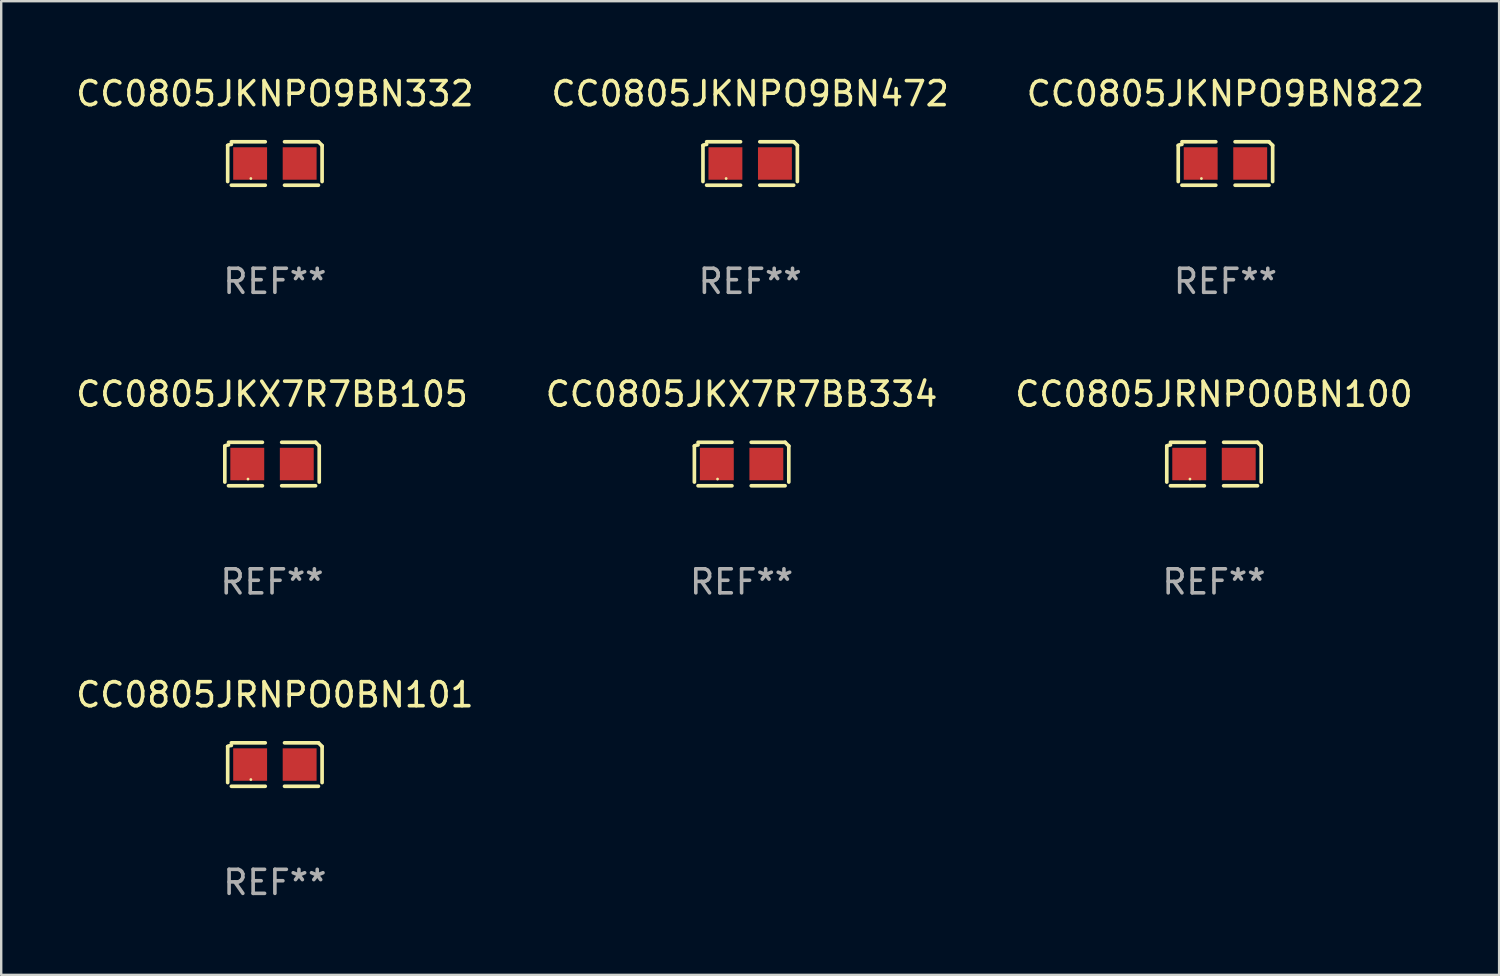
<source format=kicad_pcb>
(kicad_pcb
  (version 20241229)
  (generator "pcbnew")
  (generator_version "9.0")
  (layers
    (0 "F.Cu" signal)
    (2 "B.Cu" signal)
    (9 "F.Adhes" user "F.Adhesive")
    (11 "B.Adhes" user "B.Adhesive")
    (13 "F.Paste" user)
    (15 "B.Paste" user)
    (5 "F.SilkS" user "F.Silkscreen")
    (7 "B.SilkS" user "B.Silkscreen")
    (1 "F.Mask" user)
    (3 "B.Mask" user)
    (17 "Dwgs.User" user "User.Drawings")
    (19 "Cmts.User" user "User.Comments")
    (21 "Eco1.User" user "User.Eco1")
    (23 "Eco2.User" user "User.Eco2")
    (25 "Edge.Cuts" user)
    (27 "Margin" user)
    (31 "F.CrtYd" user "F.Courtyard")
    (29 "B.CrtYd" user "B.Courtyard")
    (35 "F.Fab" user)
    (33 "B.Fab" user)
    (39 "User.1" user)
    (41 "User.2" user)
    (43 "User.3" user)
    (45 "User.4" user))
  (footprint "CC0805JKNPO9BN332"
    (layer "F.Cu")
    (at 8.387 3.752)
    (property "Reference" "CC0805JKNPO9BN332" (at 0 -2.904 0) (layer "F.SilkS") (effects (font (size 1 1) (thickness 0.15))))
    (attr through_hole)
    (fp_line (start -1.964 0.751) (end -1.964 -0.751) (stroke (width 0.152) (type solid)) (layer "F.SilkS"))
    (fp_line (start -1.811 -0.904) (end -0.401 -0.904) (stroke (width 0.152) (type solid)) (layer "F.SilkS"))
    (fp_line (start -0.401 0.904) (end -1.811 0.904) (stroke (width 0.152) (type solid)) (layer "F.SilkS"))
    (fp_line (start 0.401 0.904) (end 1.811 0.904) (stroke (width 0.152) (type solid)) (layer "F.SilkS"))
    (fp_line (start 1.811 -0.904) (end 0.401 -0.904) (stroke (width 0.152) (type solid)) (layer "F.SilkS"))
    (fp_line (start 1.964 0.751) (end 1.964 -0.751) (stroke (width 0.152) (type solid)) (layer "F.SilkS"))
    (fp_arc (start -1.963602 -0.751207) (mid -1.890354 -0.783131) (end -1.811201 -0.794044) (stroke (width 0.1524) (type solid)) (layer "F.SilkS"))
    (fp_arc (start 1.811202 -0.903607) (mid 1.887413 -0.827418) (end 1.963602 -0.751207) (stroke (width 0.1524) (type solid)) (layer "F.SilkS"))
    (fp_circle (center -1 0.625) (end -0.97 0.625) (stroke (width 0.06) (type solid)) (fill no) (layer "F.SilkS"))
    (fp_text user "REF**" (at 0 4.904 0) (layer "F.Fab") (effects (font (size 1 1) (thickness 0.15))))
    (pad "1" smd rect (at -1.03 0) (size 1.41 1.35) (layers "F.Cu" "F.Mask" "F.Paste"))
    (pad "2" smd rect (at 1.03 0) (size 1.41 1.35) (layers "F.Cu" "F.Mask" "F.Paste")))
  (footprint "CC0805JKX7R7BB105"
    (layer "F.Cu")
    (at 8.268 16.256)
    (property "Reference" "CC0805JKX7R7BB105" (at 0 -2.904 0) (layer "F.SilkS") (effects (font (size 1 1) (thickness 0.15))))
    (attr through_hole)
    (fp_line (start -1.964 0.751) (end -1.964 -0.751) (stroke (width 0.152) (type solid)) (layer "F.SilkS"))
    (fp_line (start -1.811 -0.904) (end -0.401 -0.904) (stroke (width 0.152) (type solid)) (layer "F.SilkS"))
    (fp_line (start -0.401 0.904) (end -1.811 0.904) (stroke (width 0.152) (type solid)) (layer "F.SilkS"))
    (fp_line (start 0.401 0.904) (end 1.811 0.904) (stroke (width 0.152) (type solid)) (layer "F.SilkS"))
    (fp_line (start 1.811 -0.904) (end 0.401 -0.904) (stroke (width 0.152) (type solid)) (layer "F.SilkS"))
    (fp_line (start 1.964 0.751) (end 1.964 -0.751) (stroke (width 0.152) (type solid)) (layer "F.SilkS"))
    (fp_arc (start -1.963602 -0.751207) (mid -1.890354 -0.783131) (end -1.811201 -0.794044) (stroke (width 0.1524) (type solid)) (layer "F.SilkS"))
    (fp_arc (start 1.811202 -0.903607) (mid 1.887413 -0.827418) (end 1.963602 -0.751207) (stroke (width 0.1524) (type solid)) (layer "F.SilkS"))
    (fp_circle (center -1 0.625) (end -0.97 0.625) (stroke (width 0.06) (type solid)) (fill no) (layer "F.SilkS"))
    (fp_text user "REF**" (at 0 4.904 0) (layer "F.Fab") (effects (font (size 1 1) (thickness 0.15))))
    (pad "1" smd rect (at -1.03 0) (size 1.41 1.35) (layers "F.Cu" "F.Mask" "F.Paste"))
    (pad "2" smd rect (at 1.03 0) (size 1.41 1.35) (layers "F.Cu" "F.Mask" "F.Paste")))
  (footprint "CC0805JKX7R7BB334"
    (layer "F.Cu")
    (at 27.804 16.256)
    (property "Reference" "CC0805JKX7R7BB334" (at 0 -2.904 0) (layer "F.SilkS") (effects (font (size 1 1) (thickness 0.15))))
    (attr through_hole)
    (fp_line (start -1.964 0.751) (end -1.964 -0.751) (stroke (width 0.152) (type solid)) (layer "F.SilkS"))
    (fp_line (start -1.811 -0.904) (end -0.401 -0.904) (stroke (width 0.152) (type solid)) (layer "F.SilkS"))
    (fp_line (start -0.401 0.904) (end -1.811 0.904) (stroke (width 0.152) (type solid)) (layer "F.SilkS"))
    (fp_line (start 0.401 0.904) (end 1.811 0.904) (stroke (width 0.152) (type solid)) (layer "F.SilkS"))
    (fp_line (start 1.811 -0.904) (end 0.401 -0.904) (stroke (width 0.152) (type solid)) (layer "F.SilkS"))
    (fp_line (start 1.964 0.751) (end 1.964 -0.751) (stroke (width 0.152) (type solid)) (layer "F.SilkS"))
    (fp_arc (start -1.963602 -0.751207) (mid -1.890354 -0.783131) (end -1.811201 -0.794044) (stroke (width 0.1524) (type solid)) (layer "F.SilkS"))
    (fp_arc (start 1.811202 -0.903607) (mid 1.887413 -0.827418) (end 1.963602 -0.751207) (stroke (width 0.1524) (type solid)) (layer "F.SilkS"))
    (fp_circle (center -1 0.625) (end -0.97 0.625) (stroke (width 0.06) (type solid)) (fill no) (layer "F.SilkS"))
    (fp_text user "REF**" (at 0 4.904 0) (layer "F.Fab") (effects (font (size 1 1) (thickness 0.15))))
    (pad "1" smd rect (at -1.03 0) (size 1.41 1.35) (layers "F.Cu" "F.Mask" "F.Paste"))
    (pad "2" smd rect (at 1.03 0) (size 1.41 1.35) (layers "F.Cu" "F.Mask" "F.Paste")))
  (footprint "CC0805JKNPO9BN472"
    (layer "F.Cu")
    (at 28.161 3.752)
    (property "Reference" "CC0805JKNPO9BN472" (at 0 -2.904 0) (layer "F.SilkS") (effects (font (size 1 1) (thickness 0.15))))
    (attr through_hole)
    (fp_line (start -1.964 0.751) (end -1.964 -0.751) (stroke (width 0.152) (type solid)) (layer "F.SilkS"))
    (fp_line (start -1.811 -0.904) (end -0.401 -0.904) (stroke (width 0.152) (type solid)) (layer "F.SilkS"))
    (fp_line (start -0.401 0.904) (end -1.811 0.904) (stroke (width 0.152) (type solid)) (layer "F.SilkS"))
    (fp_line (start 0.401 0.904) (end 1.811 0.904) (stroke (width 0.152) (type solid)) (layer "F.SilkS"))
    (fp_line (start 1.811 -0.904) (end 0.401 -0.904) (stroke (width 0.152) (type solid)) (layer "F.SilkS"))
    (fp_line (start 1.964 0.751) (end 1.964 -0.751) (stroke (width 0.152) (type solid)) (layer "F.SilkS"))
    (fp_arc (start -1.963602 -0.751207) (mid -1.890354 -0.783131) (end -1.811201 -0.794044) (stroke (width 0.1524) (type solid)) (layer "F.SilkS"))
    (fp_arc (start 1.811202 -0.903607) (mid 1.887413 -0.827418) (end 1.963602 -0.751207) (stroke (width 0.1524) (type solid)) (layer "F.SilkS"))
    (fp_circle (center -1 0.625) (end -0.97 0.625) (stroke (width 0.06) (type solid)) (fill no) (layer "F.SilkS"))
    (fp_text user "REF**" (at 0 4.904 0) (layer "F.Fab") (effects (font (size 1 1) (thickness 0.15))))
    (pad "1" smd rect (at -1.03 0) (size 1.41 1.35) (layers "F.Cu" "F.Mask" "F.Paste"))
    (pad "2" smd rect (at 1.03 0) (size 1.41 1.35) (layers "F.Cu" "F.Mask" "F.Paste")))
  (footprint "CC0805JRNPO0BN101"
    (layer "F.Cu")
    (at 8.387 28.759)
    (property "Reference" "CC0805JRNPO0BN101" (at 0 -2.904 0) (layer "F.SilkS") (effects (font (size 1 1) (thickness 0.15))))
    (attr through_hole)
    (fp_line (start -1.964 0.751) (end -1.964 -0.751) (stroke (width 0.152) (type solid)) (layer "F.SilkS"))
    (fp_line (start -1.811 -0.904) (end -0.401 -0.904) (stroke (width 0.152) (type solid)) (layer "F.SilkS"))
    (fp_line (start -0.401 0.904) (end -1.811 0.904) (stroke (width 0.152) (type solid)) (layer "F.SilkS"))
    (fp_line (start 0.401 0.904) (end 1.811 0.904) (stroke (width 0.152) (type solid)) (layer "F.SilkS"))
    (fp_line (start 1.811 -0.904) (end 0.401 -0.904) (stroke (width 0.152) (type solid)) (layer "F.SilkS"))
    (fp_line (start 1.964 0.751) (end 1.964 -0.751) (stroke (width 0.152) (type solid)) (layer "F.SilkS"))
    (fp_arc (start -1.963602 -0.751207) (mid -1.890354 -0.783131) (end -1.811201 -0.794044) (stroke (width 0.1524) (type solid)) (layer "F.SilkS"))
    (fp_arc (start 1.811202 -0.903607) (mid 1.887413 -0.827418) (end 1.963602 -0.751207) (stroke (width 0.1524) (type solid)) (layer "F.SilkS"))
    (fp_circle (center -1 0.625) (end -0.97 0.625) (stroke (width 0.06) (type solid)) (fill no) (layer "F.SilkS"))
    (fp_text user "REF**" (at 0 4.904 0) (layer "F.Fab") (effects (font (size 1 1) (thickness 0.15))))
    (pad "1" smd rect (at -1.03 0) (size 1.41 1.35) (layers "F.Cu" "F.Mask" "F.Paste"))
    (pad "2" smd rect (at 1.03 0) (size 1.41 1.35) (layers "F.Cu" "F.Mask" "F.Paste")))
  (footprint "CC0805JKNPO9BN822"
    (layer "F.Cu")
    (at 47.935 3.752)
    (property "Reference" "CC0805JKNPO9BN822" (at 0 -2.904 0) (layer "F.SilkS") (effects (font (size 1 1) (thickness 0.15))))
    (attr through_hole)
    (fp_line (start -1.964 0.751) (end -1.964 -0.751) (stroke (width 0.152) (type solid)) (layer "F.SilkS"))
    (fp_line (start -1.811 -0.904) (end -0.401 -0.904) (stroke (width 0.152) (type solid)) (layer "F.SilkS"))
    (fp_line (start -0.401 0.904) (end -1.811 0.904) (stroke (width 0.152) (type solid)) (layer "F.SilkS"))
    (fp_line (start 0.401 0.904) (end 1.811 0.904) (stroke (width 0.152) (type solid)) (layer "F.SilkS"))
    (fp_line (start 1.811 -0.904) (end 0.401 -0.904) (stroke (width 0.152) (type solid)) (layer "F.SilkS"))
    (fp_line (start 1.964 0.751) (end 1.964 -0.751) (stroke (width 0.152) (type solid)) (layer "F.SilkS"))
    (fp_arc (start -1.963602 -0.751207) (mid -1.890354 -0.783131) (end -1.811201 -0.794044) (stroke (width 0.1524) (type solid)) (layer "F.SilkS"))
    (fp_arc (start 1.811202 -0.903607) (mid 1.887413 -0.827418) (end 1.963602 -0.751207) (stroke (width 0.1524) (type solid)) (layer "F.SilkS"))
    (fp_circle (center -1 0.625) (end -0.97 0.625) (stroke (width 0.06) (type solid)) (fill no) (layer "F.SilkS"))
    (fp_text user "REF**" (at 0 4.904 0) (layer "F.Fab") (effects (font (size 1 1) (thickness 0.15))))
    (pad "1" smd rect (at -1.03 0) (size 1.41 1.35) (layers "F.Cu" "F.Mask" "F.Paste"))
    (pad "2" smd rect (at 1.03 0) (size 1.41 1.35) (layers "F.Cu" "F.Mask" "F.Paste")))
  (footprint "CC0805JRNPO0BN100"
    (layer "F.Cu")
    (at 47.458 16.256)
    (property "Reference" "CC0805JRNPO0BN100" (at 0 -2.904 0) (layer "F.SilkS") (effects (font (size 1 1) (thickness 0.15))))
    (attr through_hole)
    (fp_line (start -1.964 0.751) (end -1.964 -0.751) (stroke (width 0.152) (type solid)) (layer "F.SilkS"))
    (fp_line (start -1.811 -0.904) (end -0.401 -0.904) (stroke (width 0.152) (type solid)) (layer "F.SilkS"))
    (fp_line (start -0.401 0.904) (end -1.811 0.904) (stroke (width 0.152) (type solid)) (layer "F.SilkS"))
    (fp_line (start 0.401 0.904) (end 1.811 0.904) (stroke (width 0.152) (type solid)) (layer "F.SilkS"))
    (fp_line (start 1.811 -0.904) (end 0.401 -0.904) (stroke (width 0.152) (type solid)) (layer "F.SilkS"))
    (fp_line (start 1.964 0.751) (end 1.964 -0.751) (stroke (width 0.152) (type solid)) (layer "F.SilkS"))
    (fp_arc (start -1.963602 -0.751207) (mid -1.890354 -0.783131) (end -1.811201 -0.794044) (stroke (width 0.1524) (type solid)) (layer "F.SilkS"))
    (fp_arc (start 1.811202 -0.903607) (mid 1.887413 -0.827418) (end 1.963602 -0.751207) (stroke (width 0.1524) (type solid)) (layer "F.SilkS"))
    (fp_circle (center -1 0.625) (end -0.97 0.625) (stroke (width 0.06) (type solid)) (fill no) (layer "F.SilkS"))
    (fp_text user "REF**" (at 0 4.904 0) (layer "F.Fab") (effects (font (size 1 1) (thickness 0.15))))
    (pad "1" smd rect (at -1.03 0) (size 1.41 1.35) (layers "F.Cu" "F.Mask" "F.Paste"))
    (pad "2" smd rect (at 1.03 0) (size 1.41 1.35) (layers "F.Cu" "F.Mask" "F.Paste")))
  (gr_rect
    (start -3 -3)
    (end 59.321 37.511)
    (stroke (width 0.1) (type default))
    (fill no)
    (layer "Edge.Cuts")))
</source>
